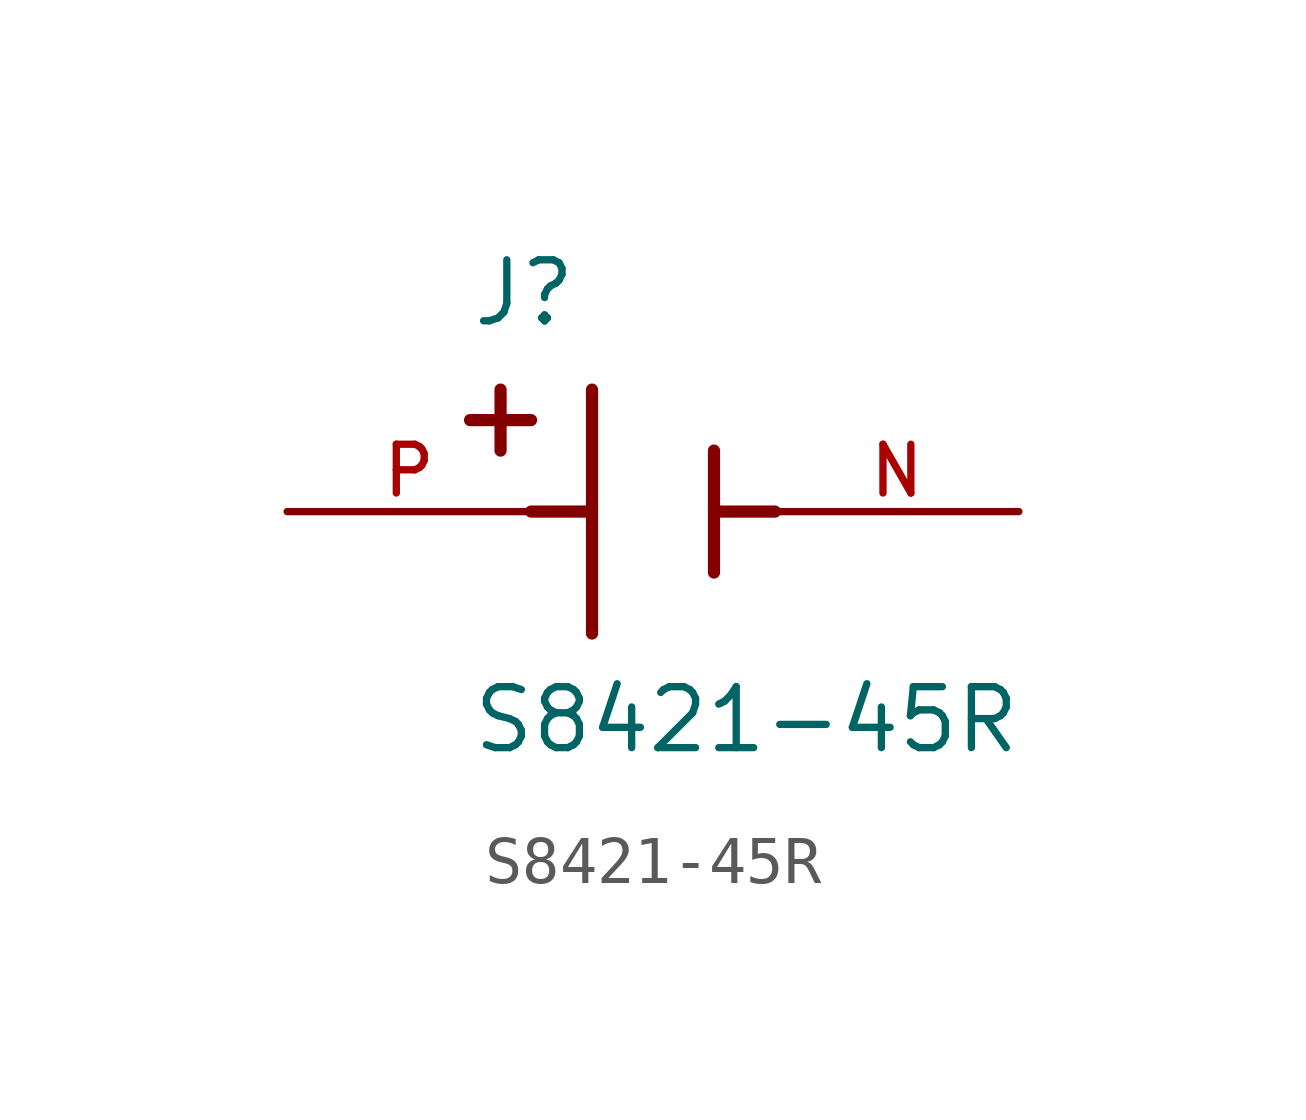
<source format=kicad_sym>
(kicad_symbol_lib
  (version 20211014)
  (generator kicad_symbol_editor)
  (symbol "S8421-45R"
    (pin_names
      (offset 1.016))
    (property "Reference" "J"
      (at -3.81 3.81 0)
      (effects (font (size 1.27 1.27)) (justify bottom left)))
    (property "Value" "S8421-45R"
      (at -3.81 -5.08 0)
      (effects (font (size 1.27 1.27)) (justify bottom left)))
    (symbol "S8421-45R_0_0"
      (polyline (pts (xy -1.27 2.54) (xy -1.27 -2.54)) (stroke (width 0.254)))
      (polyline (pts (xy 1.27 1.27) (xy 1.27 -1.27)) (stroke (width 0.254)))
      (polyline (pts (xy -1.27 0.0) (xy -2.54 0.0)) (stroke (width 0.254)))
      (polyline (pts (xy 1.27 0.0) (xy 2.54 0.0)) (stroke (width 0.254)))
      (polyline (pts (xy -3.175 2.54) (xy -3.175 1.27)) (stroke (width 0.254)))
      (polyline (pts (xy -3.81 1.905) (xy -2.54 1.905)) (stroke (width 0.254)))
      (pin passive line (at -7.62 0.0 0) (length 5.08) (name "~" (effects (font (size 1.016 1.016)))) (number "P" (effects (font (size 1.016 1.016)))))
      (pin passive line (at 7.62 0.0 180.0) (length 5.08) (name "~" (effects (font (size 1.016 1.016)))) (number "N" (effects (font (size 1.016 1.016))))))))
</source>
